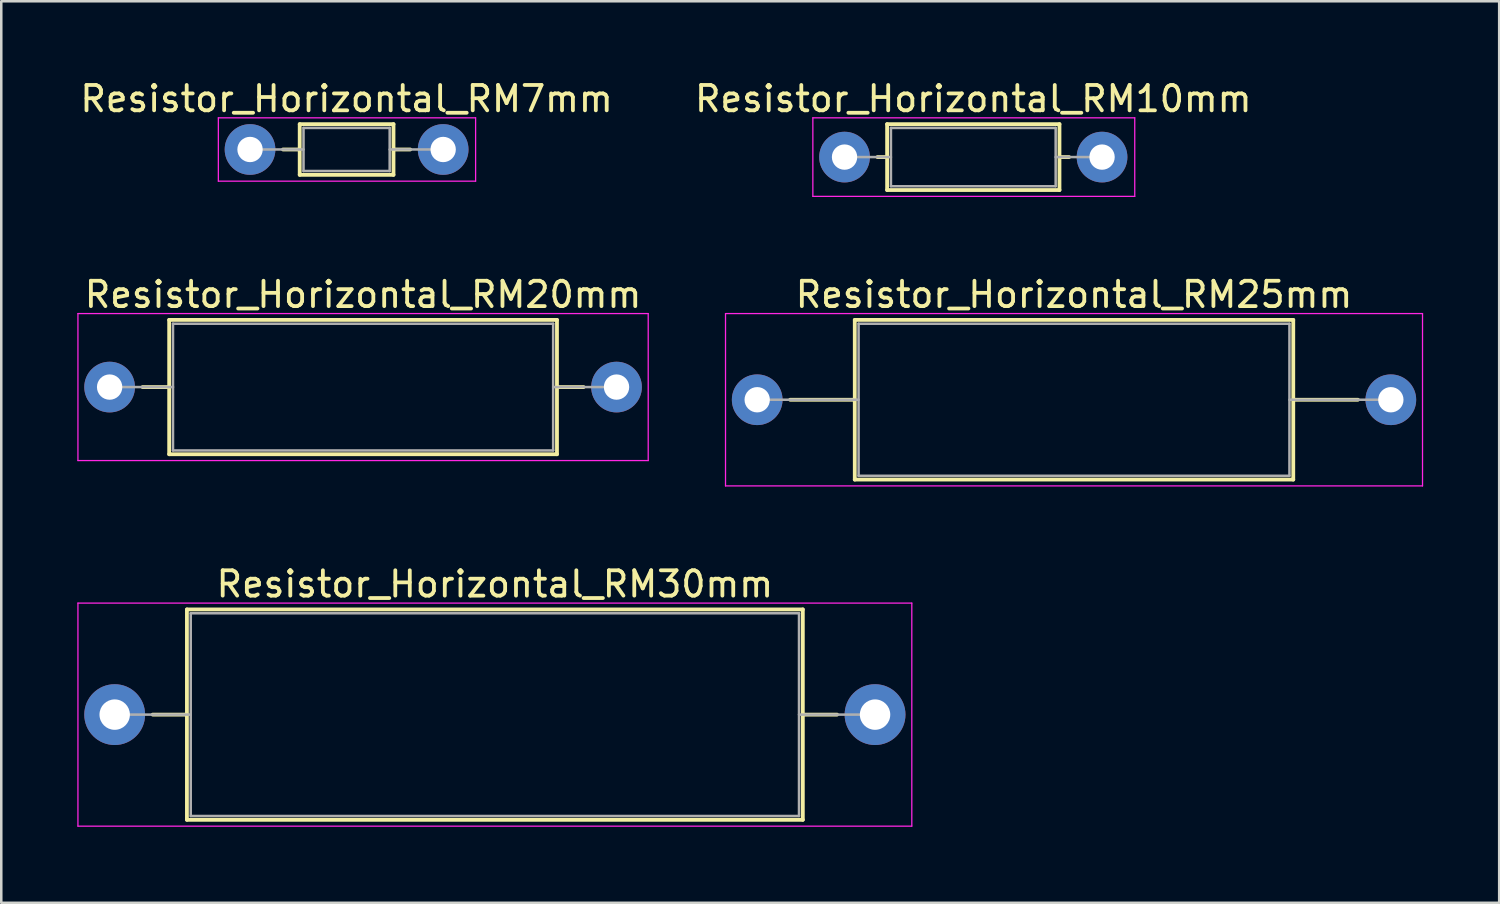
<source format=kicad_pcb>
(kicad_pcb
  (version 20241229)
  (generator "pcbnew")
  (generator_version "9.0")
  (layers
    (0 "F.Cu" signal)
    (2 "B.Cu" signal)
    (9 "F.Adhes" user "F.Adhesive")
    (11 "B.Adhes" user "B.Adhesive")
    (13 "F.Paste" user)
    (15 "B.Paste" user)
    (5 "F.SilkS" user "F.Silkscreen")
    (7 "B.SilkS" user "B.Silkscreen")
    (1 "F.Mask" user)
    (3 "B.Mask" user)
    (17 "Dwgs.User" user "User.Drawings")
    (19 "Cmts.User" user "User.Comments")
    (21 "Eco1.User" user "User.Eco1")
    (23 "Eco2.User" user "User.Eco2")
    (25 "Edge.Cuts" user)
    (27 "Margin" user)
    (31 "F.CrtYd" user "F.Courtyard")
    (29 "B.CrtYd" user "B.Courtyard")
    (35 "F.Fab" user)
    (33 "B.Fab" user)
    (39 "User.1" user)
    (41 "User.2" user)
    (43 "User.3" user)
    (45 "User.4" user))
  (footprint "Resistor_Horizontal_RM25mm"
    (layer "F.Cu")
    (at 26.825 12.722)
    (property "Reference" "Resistor_Horizontal_RM25mm" (at 12.5 -4.15 0) (layer "F.SilkS") (effects (font (size 1 1) (thickness 0.15))))
    (attr through_hole)
    (fp_line (start 1.3 0) (end 3.85 0) (stroke (width 0.15) (type solid)) (layer "F.SilkS"))
    (fp_line (start 3.85 -3.15) (end 3.85 3.15) (stroke (width 0.15) (type solid)) (layer "F.SilkS"))
    (fp_line (start 3.85 3.15) (end 21.15 3.15) (stroke (width 0.15) (type solid)) (layer "F.SilkS"))
    (fp_line (start 21.15 -3.15) (end 3.85 -3.15) (stroke (width 0.15) (type solid)) (layer "F.SilkS"))
    (fp_line (start 21.15 3.15) (end 21.15 -3.15) (stroke (width 0.15) (type solid)) (layer "F.SilkS"))
    (fp_line (start 23.7 0) (end 21.15 0) (stroke (width 0.15) (type solid)) (layer "F.SilkS"))
    (fp_line (start -1.25 -3.4) (end -1.25 3.4) (stroke (width 0.05) (type solid)) (layer "F.CrtYd"))
    (fp_line (start -1.25 3.4) (end 26.25 3.4) (stroke (width 0.05) (type solid)) (layer "F.CrtYd"))
    (fp_line (start 26.25 -3.4) (end -1.25 -3.4) (stroke (width 0.05) (type solid)) (layer "F.CrtYd"))
    (fp_line (start 26.25 3.4) (end 26.25 -3.4) (stroke (width 0.05) (type solid)) (layer "F.CrtYd"))
    (fp_line (start 0 0) (end 4 0) (stroke (width 0.1) (type solid)) (layer "F.Fab"))
    (fp_line (start 4 -3) (end 4 3) (stroke (width 0.1) (type solid)) (layer "F.Fab"))
    (fp_line (start 4 3) (end 21 3) (stroke (width 0.1) (type solid)) (layer "F.Fab"))
    (fp_line (start 21 -3) (end 4 -3) (stroke (width 0.1) (type solid)) (layer "F.Fab"))
    (fp_line (start 21 3) (end 21 -3) (stroke (width 0.1) (type solid)) (layer "F.Fab"))
    (fp_line (start 25 0) (end 21 0) (stroke (width 0.1) (type solid)) (layer "F.Fab"))
    (pad "1" thru_hole oval (at 0 0) (size 2 2) (drill 1) (layers "*.Cu" "*.Mask"))
    (pad "2" thru_hole oval (at 25 0) (size 2 2) (drill 1) (layers "*.Cu" "*.Mask")))
  (footprint "Resistor_Horizontal_RM30mm"
    (layer "F.Cu")
    (at 1.475 25.145)
    (property "Reference" "Resistor_Horizontal_RM30mm" (at 15 -5.15 0) (layer "F.SilkS") (effects (font (size 1 1) (thickness 0.15))))
    (attr through_hole)
    (fp_line (start 1.5 0) (end 2.85 0) (stroke (width 0.15) (type solid)) (layer "F.SilkS"))
    (fp_line (start 2.85 -4.15) (end 2.85 4.15) (stroke (width 0.15) (type solid)) (layer "F.SilkS"))
    (fp_line (start 2.85 4.15) (end 27.15 4.15) (stroke (width 0.15) (type solid)) (layer "F.SilkS"))
    (fp_line (start 27.15 -4.15) (end 2.85 -4.15) (stroke (width 0.15) (type solid)) (layer "F.SilkS"))
    (fp_line (start 27.15 4.15) (end 27.15 -4.15) (stroke (width 0.15) (type solid)) (layer "F.SilkS"))
    (fp_line (start 28.5 0) (end 27.15 0) (stroke (width 0.15) (type solid)) (layer "F.SilkS"))
    (fp_line (start -1.45 -4.4) (end -1.45 4.4) (stroke (width 0.05) (type solid)) (layer "F.CrtYd"))
    (fp_line (start -1.45 4.4) (end 31.45 4.4) (stroke (width 0.05) (type solid)) (layer "F.CrtYd"))
    (fp_line (start 31.45 -4.4) (end -1.45 -4.4) (stroke (width 0.05) (type solid)) (layer "F.CrtYd"))
    (fp_line (start 31.45 4.4) (end 31.45 -4.4) (stroke (width 0.05) (type solid)) (layer "F.CrtYd"))
    (fp_line (start 0 0) (end 3 0) (stroke (width 0.1) (type solid)) (layer "F.Fab"))
    (fp_line (start 3 -4) (end 3 4) (stroke (width 0.1) (type solid)) (layer "F.Fab"))
    (fp_line (start 3 4) (end 27 4) (stroke (width 0.1) (type solid)) (layer "F.Fab"))
    (fp_line (start 27 -4) (end 3 -4) (stroke (width 0.1) (type solid)) (layer "F.Fab"))
    (fp_line (start 27 4) (end 27 -4) (stroke (width 0.1) (type solid)) (layer "F.Fab"))
    (fp_line (start 30 0) (end 27 0) (stroke (width 0.1) (type solid)) (layer "F.Fab"))
    (pad "1" thru_hole oval (at 0 0) (size 2.4 2.4) (drill 1.2) (layers "*.Cu" "*.Mask"))
    (pad "2" thru_hole oval (at 30 0) (size 2.4 2.4) (drill 1.2) (layers "*.Cu" "*.Mask")))
  (footprint "Resistor_Horizontal_RM20mm"
    (layer "F.Cu")
    (at 1.275 12.222)
    (property "Reference" "Resistor_Horizontal_RM20mm" (at 10 -3.65 0) (layer "F.SilkS") (effects (font (size 1 1) (thickness 0.15))))
    (attr through_hole)
    (fp_line (start 1.3 0) (end 2.35 0) (stroke (width 0.15) (type solid)) (layer "F.SilkS"))
    (fp_line (start 2.35 -2.65) (end 2.35 2.65) (stroke (width 0.15) (type solid)) (layer "F.SilkS"))
    (fp_line (start 2.35 2.65) (end 17.65 2.65) (stroke (width 0.15) (type solid)) (layer "F.SilkS"))
    (fp_line (start 17.65 -2.65) (end 2.35 -2.65) (stroke (width 0.15) (type solid)) (layer "F.SilkS"))
    (fp_line (start 17.65 2.65) (end 17.65 -2.65) (stroke (width 0.15) (type solid)) (layer "F.SilkS"))
    (fp_line (start 18.7 0) (end 17.65 0) (stroke (width 0.15) (type solid)) (layer "F.SilkS"))
    (fp_line (start -1.25 -2.9) (end -1.25 2.9) (stroke (width 0.05) (type solid)) (layer "F.CrtYd"))
    (fp_line (start -1.25 2.9) (end 21.25 2.9) (stroke (width 0.05) (type solid)) (layer "F.CrtYd"))
    (fp_line (start 21.25 -2.9) (end -1.25 -2.9) (stroke (width 0.05) (type solid)) (layer "F.CrtYd"))
    (fp_line (start 21.25 2.9) (end 21.25 -2.9) (stroke (width 0.05) (type solid)) (layer "F.CrtYd"))
    (fp_line (start 0 0) (end 2.5 0) (stroke (width 0.1) (type solid)) (layer "F.Fab"))
    (fp_line (start 2.5 -2.5) (end 2.5 2.5) (stroke (width 0.1) (type solid)) (layer "F.Fab"))
    (fp_line (start 2.5 2.5) (end 17.5 2.5) (stroke (width 0.1) (type solid)) (layer "F.Fab"))
    (fp_line (start 17.5 -2.5) (end 2.5 -2.5) (stroke (width 0.1) (type solid)) (layer "F.Fab"))
    (fp_line (start 17.5 2.5) (end 17.5 -2.5) (stroke (width 0.1) (type solid)) (layer "F.Fab"))
    (fp_line (start 20 0) (end 17.5 0) (stroke (width 0.1) (type solid)) (layer "F.Fab"))
    (pad "1" thru_hole oval (at 0 0) (size 2 2) (drill 1) (layers "*.Cu" "*.Mask"))
    (pad "2" thru_hole oval (at 20 0) (size 2 2) (drill 1) (layers "*.Cu" "*.Mask")))
  (footprint "Resistor_Horizontal_RM10mm"
    (layer "F.Cu")
    (at 30.271 3.148)
    (property "Reference" "Resistor_Horizontal_RM10mm" (at 5.08 -2.3 0) (layer "F.SilkS") (effects (font (size 1 1) (thickness 0.15))))
    (attr through_hole)
    (fp_line (start 1.3 0) (end 1.68 0) (stroke (width 0.15) (type solid)) (layer "F.SilkS"))
    (fp_line (start 1.68 -1.3) (end 1.68 1.3) (stroke (width 0.15) (type solid)) (layer "F.SilkS"))
    (fp_line (start 1.68 1.3) (end 8.48 1.3) (stroke (width 0.15) (type solid)) (layer "F.SilkS"))
    (fp_line (start 8.48 -1.3) (end 1.68 -1.3) (stroke (width 0.15) (type solid)) (layer "F.SilkS"))
    (fp_line (start 8.48 1.3) (end 8.48 -1.3) (stroke (width 0.15) (type solid)) (layer "F.SilkS"))
    (fp_line (start 8.86 0) (end 8.48 0) (stroke (width 0.15) (type solid)) (layer "F.SilkS"))
    (fp_line (start -1.25 -1.55) (end -1.25 1.55) (stroke (width 0.05) (type solid)) (layer "F.CrtYd"))
    (fp_line (start -1.25 1.55) (end 11.45 1.55) (stroke (width 0.05) (type solid)) (layer "F.CrtYd"))
    (fp_line (start 11.45 -1.55) (end -1.25 -1.55) (stroke (width 0.05) (type solid)) (layer "F.CrtYd"))
    (fp_line (start 11.45 1.55) (end 11.45 -1.55) (stroke (width 0.05) (type solid)) (layer "F.CrtYd"))
    (fp_line (start 0 0) (end 1.83 0) (stroke (width 0.1) (type solid)) (layer "F.Fab"))
    (fp_line (start 1.83 -1.15) (end 1.83 1.15) (stroke (width 0.1) (type solid)) (layer "F.Fab"))
    (fp_line (start 1.83 1.15) (end 8.33 1.15) (stroke (width 0.1) (type solid)) (layer "F.Fab"))
    (fp_line (start 8.33 -1.15) (end 1.83 -1.15) (stroke (width 0.1) (type solid)) (layer "F.Fab"))
    (fp_line (start 8.33 1.15) (end 8.33 -1.15) (stroke (width 0.1) (type solid)) (layer "F.Fab"))
    (fp_line (start 10.16 0) (end 8.33 0) (stroke (width 0.1) (type solid)) (layer "F.Fab"))
    (pad "1" thru_hole oval (at 0 0) (size 2 2) (drill 1) (layers "*.Cu" "*.Mask"))
    (pad "2" thru_hole oval (at 10.16 0) (size 2 2) (drill 1) (layers "*.Cu" "*.Mask")))
  (footprint "Resistor_Horizontal_RM7mm"
    (layer "F.Cu")
    (at 6.815 2.848)
    (property "Reference" "Resistor_Horizontal_RM7mm" (at 3.81 -2 0) (layer "F.SilkS") (effects (font (size 1 1) (thickness 0.15))))
    (attr through_hole)
    (fp_line (start 1.3 0) (end 1.96 0) (stroke (width 0.15) (type solid)) (layer "F.SilkS"))
    (fp_line (start 1.96 -1) (end 1.96 1) (stroke (width 0.15) (type solid)) (layer "F.SilkS"))
    (fp_line (start 1.96 1) (end 5.66 1) (stroke (width 0.15) (type solid)) (layer "F.SilkS"))
    (fp_line (start 5.66 -1) (end 1.96 -1) (stroke (width 0.15) (type solid)) (layer "F.SilkS"))
    (fp_line (start 5.66 1) (end 5.66 -1) (stroke (width 0.15) (type solid)) (layer "F.SilkS"))
    (fp_line (start 6.32 0) (end 5.66 0) (stroke (width 0.15) (type solid)) (layer "F.SilkS"))
    (fp_line (start -1.25 -1.25) (end -1.25 1.25) (stroke (width 0.05) (type solid)) (layer "F.CrtYd"))
    (fp_line (start -1.25 1.25) (end 8.9 1.25) (stroke (width 0.05) (type solid)) (layer "F.CrtYd"))
    (fp_line (start 8.9 -1.25) (end -1.25 -1.25) (stroke (width 0.05) (type solid)) (layer "F.CrtYd"))
    (fp_line (start 8.9 1.25) (end 8.9 -1.25) (stroke (width 0.05) (type solid)) (layer "F.CrtYd"))
    (fp_line (start 0 0) (end 2.11 0) (stroke (width 0.1) (type solid)) (layer "F.Fab"))
    (fp_line (start 2.11 -0.85) (end 2.11 0.85) (stroke (width 0.1) (type solid)) (layer "F.Fab"))
    (fp_line (start 2.11 0.85) (end 5.51 0.85) (stroke (width 0.1) (type solid)) (layer "F.Fab"))
    (fp_line (start 5.51 -0.85) (end 2.11 -0.85) (stroke (width 0.1) (type solid)) (layer "F.Fab"))
    (fp_line (start 5.51 0.85) (end 5.51 -0.85) (stroke (width 0.1) (type solid)) (layer "F.Fab"))
    (fp_line (start 7.62 0) (end 5.51 0) (stroke (width 0.1) (type solid)) (layer "F.Fab"))
    (pad "1" thru_hole oval (at 0 0) (size 2 2) (drill 1) (layers "*.Cu" "*.Mask"))
    (pad "2" thru_hole oval (at 7.62 0) (size 2 2) (drill 1) (layers "*.Cu" "*.Mask")))
  (gr_rect
    (start -3 -3)
    (end 56.1 32.57)
    (stroke (width 0.1) (type default))
    (fill no)
    (layer "Edge.Cuts")))
</source>
